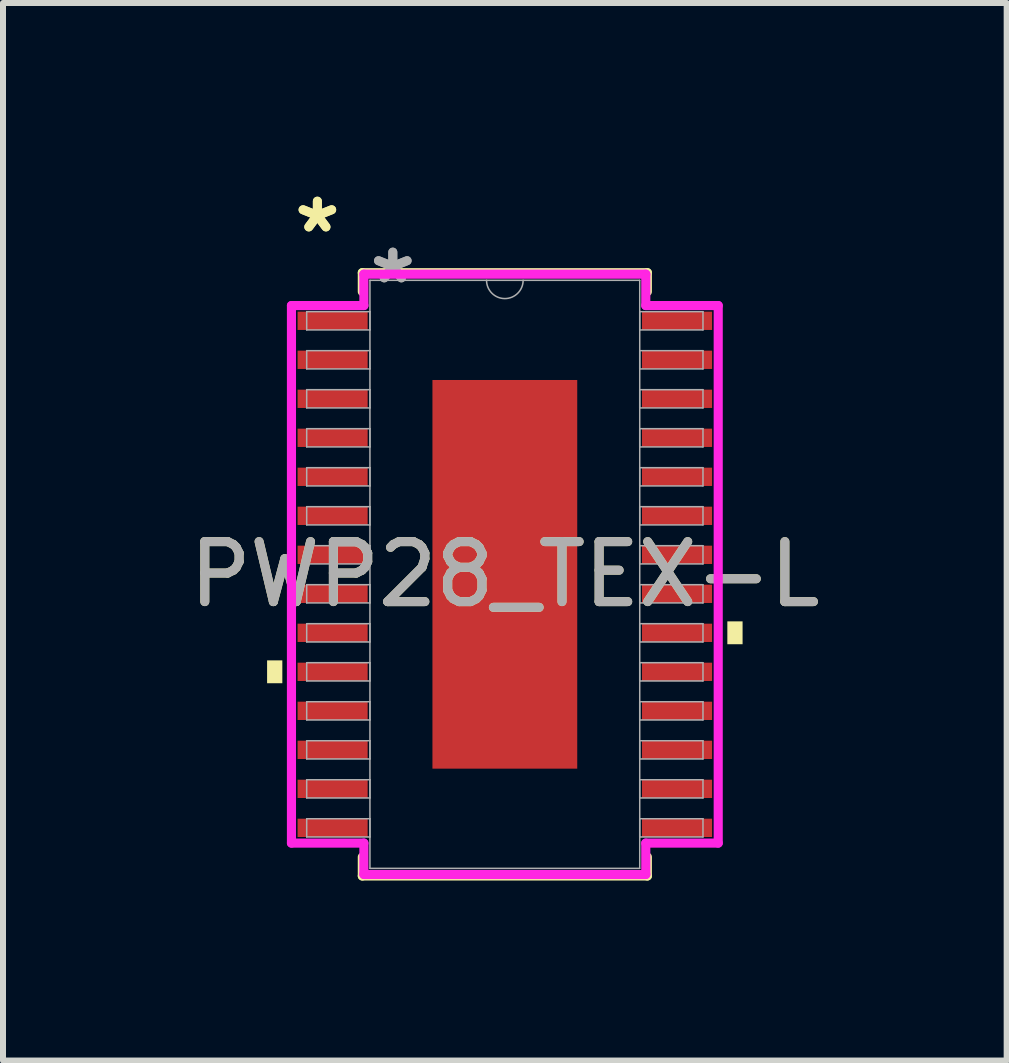
<source format=kicad_pcb>
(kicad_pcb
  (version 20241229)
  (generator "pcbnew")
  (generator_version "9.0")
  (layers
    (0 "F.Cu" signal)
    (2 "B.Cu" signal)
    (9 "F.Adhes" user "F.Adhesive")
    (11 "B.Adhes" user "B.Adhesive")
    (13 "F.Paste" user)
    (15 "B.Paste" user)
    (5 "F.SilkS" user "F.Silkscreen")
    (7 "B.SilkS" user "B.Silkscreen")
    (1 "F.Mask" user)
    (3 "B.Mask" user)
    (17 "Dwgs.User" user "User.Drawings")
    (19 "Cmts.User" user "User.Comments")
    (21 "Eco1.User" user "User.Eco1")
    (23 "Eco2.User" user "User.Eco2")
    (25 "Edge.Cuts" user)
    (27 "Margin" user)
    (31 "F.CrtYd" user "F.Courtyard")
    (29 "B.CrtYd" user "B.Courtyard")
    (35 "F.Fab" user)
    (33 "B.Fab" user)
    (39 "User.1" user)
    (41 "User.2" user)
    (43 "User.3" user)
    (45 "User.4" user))
  (footprint "PWP28_TEX-L"
    (layer "F.Cu")
    (at 5.363 6.521)
    (property "Reference" "PWP28_TEX-L" (at 0 0 0) (unlocked yes) (layer "F.SilkS") (effects (font (size 1 1) (thickness 0.15))))
    (attr smd)
    (fp_line (start -2.375 -5.027) (end -2.375 -4.71) (stroke (width 0.152) (type solid)) (layer "F.SilkS"))
    (fp_line (start -2.375 4.71) (end -2.375 5.027) (stroke (width 0.152) (type solid)) (layer "F.SilkS"))
    (fp_line (start -2.375 5.027) (end 2.375 5.027) (stroke (width 0.152) (type solid)) (layer "F.SilkS"))
    (fp_line (start 2.375 -5.027) (end -2.375 -5.027) (stroke (width 0.152) (type solid)) (layer "F.SilkS"))
    (fp_line (start 2.375 -4.71) (end 2.375 -5.027) (stroke (width 0.152) (type solid)) (layer "F.SilkS"))
    (fp_line (start 2.375 5.027) (end 2.375 4.71) (stroke (width 0.152) (type solid)) (layer "F.SilkS"))
    (fp_poly (pts (xy -3.962 1.434) (xy -3.962 1.815) (xy -3.708 1.815) (xy -3.708 1.434)) (stroke (width 0) (type solid)) (fill yes) (layer "F.SilkS"))
    (fp_poly (pts (xy 3.962 0.784) (xy 3.962 1.165) (xy 3.708 1.165) (xy 3.708 0.784)) (stroke (width 0) (type solid)) (fill yes) (layer "F.SilkS"))
    (fp_poly (pts (xy -1.107 -3.139) (xy -1.107 -2.043) (xy 1.107 -2.043) (xy 1.107 -3.139)) (stroke (width 0) (type solid)) (fill yes) (layer "F.Paste"))
    (fp_poly (pts (xy -1.107 -1.843) (xy -1.107 -0.748) (xy 1.107 -0.748) (xy 1.107 -1.843)) (stroke (width 0) (type solid)) (fill yes) (layer "F.Paste"))
    (fp_poly (pts (xy -1.107 -0.548) (xy -1.107 0.548) (xy 1.107 0.548) (xy 1.107 -0.548)) (stroke (width 0) (type solid)) (fill yes) (layer "F.Paste"))
    (fp_poly (pts (xy -1.107 0.748) (xy -1.107 1.843) (xy 1.107 1.843) (xy 1.107 0.748)) (stroke (width 0) (type solid)) (fill yes) (layer "F.Paste"))
    (fp_poly (pts (xy -1.107 2.043) (xy -1.107 3.139) (xy 1.107 3.139) (xy 1.107 2.043)) (stroke (width 0) (type solid)) (fill yes) (layer "F.Paste"))
    (fp_line (start -3.556 -4.479) (end -2.349 -4.479) (stroke (width 0.152) (type solid)) (layer "F.CrtYd"))
    (fp_line (start -3.556 4.479) (end -3.556 -4.479) (stroke (width 0.152) (type solid)) (layer "F.CrtYd"))
    (fp_line (start -3.556 4.479) (end -2.349 4.479) (stroke (width 0.152) (type solid)) (layer "F.CrtYd"))
    (fp_line (start -2.349 -5.002) (end 2.349 -5.002) (stroke (width 0.152) (type solid)) (layer "F.CrtYd"))
    (fp_line (start -2.349 -4.479) (end -2.349 -5.002) (stroke (width 0.152) (type solid)) (layer "F.CrtYd"))
    (fp_line (start -2.349 5.002) (end -2.349 4.479) (stroke (width 0.152) (type solid)) (layer "F.CrtYd"))
    (fp_line (start 2.349 -5.002) (end 2.349 -4.479) (stroke (width 0.152) (type solid)) (layer "F.CrtYd"))
    (fp_line (start 2.349 4.479) (end 2.349 5.002) (stroke (width 0.152) (type solid)) (layer "F.CrtYd"))
    (fp_line (start 2.349 5.002) (end -2.349 5.002) (stroke (width 0.152) (type solid)) (layer "F.CrtYd"))
    (fp_line (start 3.556 -4.479) (end 2.349 -4.479) (stroke (width 0.152) (type solid)) (layer "F.CrtYd"))
    (fp_line (start 3.556 -4.479) (end 3.556 4.479) (stroke (width 0.152) (type solid)) (layer "F.CrtYd"))
    (fp_line (start 3.556 4.479) (end 2.349 4.479) (stroke (width 0.152) (type solid)) (layer "F.CrtYd"))
    (fp_line (start -3.302 -4.377) (end -3.302 -4.073) (stroke (width 0.025) (type solid)) (layer "F.Fab"))
    (fp_line (start -3.302 -4.073) (end -2.248 -4.073) (stroke (width 0.025) (type solid)) (layer "F.Fab"))
    (fp_line (start -3.302 -3.727) (end -3.302 -3.423) (stroke (width 0.025) (type solid)) (layer "F.Fab"))
    (fp_line (start -3.302 -3.423) (end -2.248 -3.423) (stroke (width 0.025) (type solid)) (layer "F.Fab"))
    (fp_line (start -3.302 -3.077) (end -3.302 -2.773) (stroke (width 0.025) (type solid)) (layer "F.Fab"))
    (fp_line (start -3.302 -2.773) (end -2.248 -2.773) (stroke (width 0.025) (type solid)) (layer "F.Fab"))
    (fp_line (start -3.302 -2.427) (end -3.302 -2.123) (stroke (width 0.025) (type solid)) (layer "F.Fab"))
    (fp_line (start -3.302 -2.123) (end -2.248 -2.123) (stroke (width 0.025) (type solid)) (layer "F.Fab"))
    (fp_line (start -3.302 -1.777) (end -3.302 -1.473) (stroke (width 0.025) (type solid)) (layer "F.Fab"))
    (fp_line (start -3.302 -1.473) (end -2.248 -1.473) (stroke (width 0.025) (type solid)) (layer "F.Fab"))
    (fp_line (start -3.302 -1.127) (end -3.302 -0.823) (stroke (width 0.025) (type solid)) (layer "F.Fab"))
    (fp_line (start -3.302 -0.823) (end -2.248 -0.823) (stroke (width 0.025) (type solid)) (layer "F.Fab"))
    (fp_line (start -3.302 -0.477) (end -3.302 -0.173) (stroke (width 0.025) (type solid)) (layer "F.Fab"))
    (fp_line (start -3.302 -0.173) (end -2.248 -0.173) (stroke (width 0.025) (type solid)) (layer "F.Fab"))
    (fp_line (start -3.302 0.173) (end -3.302 0.477) (stroke (width 0.025) (type solid)) (layer "F.Fab"))
    (fp_line (start -3.302 0.477) (end -2.248 0.477) (stroke (width 0.025) (type solid)) (layer "F.Fab"))
    (fp_line (start -3.302 0.823) (end -3.302 1.127) (stroke (width 0.025) (type solid)) (layer "F.Fab"))
    (fp_line (start -3.302 1.127) (end -2.248 1.127) (stroke (width 0.025) (type solid)) (layer "F.Fab"))
    (fp_line (start -3.302 1.473) (end -3.302 1.777) (stroke (width 0.025) (type solid)) (layer "F.Fab"))
    (fp_line (start -3.302 1.777) (end -2.248 1.777) (stroke (width 0.025) (type solid)) (layer "F.Fab"))
    (fp_line (start -3.302 2.123) (end -3.302 2.427) (stroke (width 0.025) (type solid)) (layer "F.Fab"))
    (fp_line (start -3.302 2.427) (end -2.248 2.427) (stroke (width 0.025) (type solid)) (layer "F.Fab"))
    (fp_line (start -3.302 2.773) (end -3.302 3.077) (stroke (width 0.025) (type solid)) (layer "F.Fab"))
    (fp_line (start -3.302 3.077) (end -2.248 3.077) (stroke (width 0.025) (type solid)) (layer "F.Fab"))
    (fp_line (start -3.302 3.423) (end -3.302 3.727) (stroke (width 0.025) (type solid)) (layer "F.Fab"))
    (fp_line (start -3.302 3.727) (end -2.248 3.727) (stroke (width 0.025) (type solid)) (layer "F.Fab"))
    (fp_line (start -3.302 4.073) (end -3.302 4.377) (stroke (width 0.025) (type solid)) (layer "F.Fab"))
    (fp_line (start -3.302 4.377) (end -2.248 4.377) (stroke (width 0.025) (type solid)) (layer "F.Fab"))
    (fp_line (start -2.248 -4.9) (end -2.248 4.9) (stroke (width 0.025) (type solid)) (layer "F.Fab"))
    (fp_line (start -2.248 -4.377) (end -3.302 -4.377) (stroke (width 0.025) (type solid)) (layer "F.Fab"))
    (fp_line (start -2.248 -4.073) (end -2.248 -4.377) (stroke (width 0.025) (type solid)) (layer "F.Fab"))
    (fp_line (start -2.248 -3.727) (end -3.302 -3.727) (stroke (width 0.025) (type solid)) (layer "F.Fab"))
    (fp_line (start -2.248 -3.423) (end -2.248 -3.727) (stroke (width 0.025) (type solid)) (layer "F.Fab"))
    (fp_line (start -2.248 -3.077) (end -3.302 -3.077) (stroke (width 0.025) (type solid)) (layer "F.Fab"))
    (fp_line (start -2.248 -2.773) (end -2.248 -3.077) (stroke (width 0.025) (type solid)) (layer "F.Fab"))
    (fp_line (start -2.248 -2.427) (end -3.302 -2.427) (stroke (width 0.025) (type solid)) (layer "F.Fab"))
    (fp_line (start -2.248 -2.123) (end -2.248 -2.427) (stroke (width 0.025) (type solid)) (layer "F.Fab"))
    (fp_line (start -2.248 -1.777) (end -3.302 -1.777) (stroke (width 0.025) (type solid)) (layer "F.Fab"))
    (fp_line (start -2.248 -1.473) (end -2.248 -1.777) (stroke (width 0.025) (type solid)) (layer "F.Fab"))
    (fp_line (start -2.248 -1.127) (end -3.302 -1.127) (stroke (width 0.025) (type solid)) (layer "F.Fab"))
    (fp_line (start -2.248 -0.823) (end -2.248 -1.127) (stroke (width 0.025) (type solid)) (layer "F.Fab"))
    (fp_line (start -2.248 -0.477) (end -3.302 -0.477) (stroke (width 0.025) (type solid)) (layer "F.Fab"))
    (fp_line (start -2.248 -0.173) (end -2.248 -0.477) (stroke (width 0.025) (type solid)) (layer "F.Fab"))
    (fp_line (start -2.248 0.173) (end -3.302 0.173) (stroke (width 0.025) (type solid)) (layer "F.Fab"))
    (fp_line (start -2.248 0.477) (end -2.248 0.173) (stroke (width 0.025) (type solid)) (layer "F.Fab"))
    (fp_line (start -2.248 0.823) (end -3.302 0.823) (stroke (width 0.025) (type solid)) (layer "F.Fab"))
    (fp_line (start -2.248 1.127) (end -2.248 0.823) (stroke (width 0.025) (type solid)) (layer "F.Fab"))
    (fp_line (start -2.248 1.473) (end -3.302 1.473) (stroke (width 0.025) (type solid)) (layer "F.Fab"))
    (fp_line (start -2.248 1.777) (end -2.248 1.473) (stroke (width 0.025) (type solid)) (layer "F.Fab"))
    (fp_line (start -2.248 2.123) (end -3.302 2.123) (stroke (width 0.025) (type solid)) (layer "F.Fab"))
    (fp_line (start -2.248 2.427) (end -2.248 2.123) (stroke (width 0.025) (type solid)) (layer "F.Fab"))
    (fp_line (start -2.248 2.773) (end -3.302 2.773) (stroke (width 0.025) (type solid)) (layer "F.Fab"))
    (fp_line (start -2.248 3.077) (end -2.248 2.773) (stroke (width 0.025) (type solid)) (layer "F.Fab"))
    (fp_line (start -2.248 3.423) (end -3.302 3.423) (stroke (width 0.025) (type solid)) (layer "F.Fab"))
    (fp_line (start -2.248 3.727) (end -2.248 3.423) (stroke (width 0.025) (type solid)) (layer "F.Fab"))
    (fp_line (start -2.248 4.073) (end -3.302 4.073) (stroke (width 0.025) (type solid)) (layer "F.Fab"))
    (fp_line (start -2.248 4.377) (end -2.248 4.073) (stroke (width 0.025) (type solid)) (layer "F.Fab"))
    (fp_line (start -2.248 4.9) (end 2.248 4.9) (stroke (width 0.025) (type solid)) (layer "F.Fab"))
    (fp_line (start 2.248 -4.9) (end -2.248 -4.9) (stroke (width 0.025) (type solid)) (layer "F.Fab"))
    (fp_line (start 2.248 -4.377) (end 2.248 -4.073) (stroke (width 0.025) (type solid)) (layer "F.Fab"))
    (fp_line (start 2.248 -4.073) (end 3.302 -4.073) (stroke (width 0.025) (type solid)) (layer "F.Fab"))
    (fp_line (start 2.248 -3.727) (end 2.248 -3.423) (stroke (width 0.025) (type solid)) (layer "F.Fab"))
    (fp_line (start 2.248 -3.423) (end 3.302 -3.423) (stroke (width 0.025) (type solid)) (layer "F.Fab"))
    (fp_line (start 2.248 -3.077) (end 2.248 -2.773) (stroke (width 0.025) (type solid)) (layer "F.Fab"))
    (fp_line (start 2.248 -2.773) (end 3.302 -2.773) (stroke (width 0.025) (type solid)) (layer "F.Fab"))
    (fp_line (start 2.248 -2.427) (end 2.248 -2.123) (stroke (width 0.025) (type solid)) (layer "F.Fab"))
    (fp_line (start 2.248 -2.123) (end 3.302 -2.123) (stroke (width 0.025) (type solid)) (layer "F.Fab"))
    (fp_line (start 2.248 -1.777) (end 2.248 -1.473) (stroke (width 0.025) (type solid)) (layer "F.Fab"))
    (fp_line (start 2.248 -1.473) (end 3.302 -1.473) (stroke (width 0.025) (type solid)) (layer "F.Fab"))
    (fp_line (start 2.248 -1.127) (end 2.248 -0.823) (stroke (width 0.025) (type solid)) (layer "F.Fab"))
    (fp_line (start 2.248 -0.823) (end 3.302 -0.823) (stroke (width 0.025) (type solid)) (layer "F.Fab"))
    (fp_line (start 2.248 -0.477) (end 2.248 -0.173) (stroke (width 0.025) (type solid)) (layer "F.Fab"))
    (fp_line (start 2.248 -0.173) (end 3.302 -0.173) (stroke (width 0.025) (type solid)) (layer "F.Fab"))
    (fp_line (start 2.248 0.173) (end 2.248 0.477) (stroke (width 0.025) (type solid)) (layer "F.Fab"))
    (fp_line (start 2.248 0.477) (end 3.302 0.477) (stroke (width 0.025) (type solid)) (layer "F.Fab"))
    (fp_line (start 2.248 0.823) (end 2.248 1.127) (stroke (width 0.025) (type solid)) (layer "F.Fab"))
    (fp_line (start 2.248 1.127) (end 3.302 1.127) (stroke (width 0.025) (type solid)) (layer "F.Fab"))
    (fp_line (start 2.248 1.473) (end 2.248 1.777) (stroke (width 0.025) (type solid)) (layer "F.Fab"))
    (fp_line (start 2.248 1.777) (end 3.302 1.777) (stroke (width 0.025) (type solid)) (layer "F.Fab"))
    (fp_line (start 2.248 2.123) (end 2.248 2.427) (stroke (width 0.025) (type solid)) (layer "F.Fab"))
    (fp_line (start 2.248 2.427) (end 3.302 2.427) (stroke (width 0.025) (type solid)) (layer "F.Fab"))
    (fp_line (start 2.248 2.773) (end 2.248 3.077) (stroke (width 0.025) (type solid)) (layer "F.Fab"))
    (fp_line (start 2.248 3.077) (end 3.302 3.077) (stroke (width 0.025) (type solid)) (layer "F.Fab"))
    (fp_line (start 2.248 3.423) (end 2.248 3.727) (stroke (width 0.025) (type solid)) (layer "F.Fab"))
    (fp_line (start 2.248 3.727) (end 3.302 3.727) (stroke (width 0.025) (type solid)) (layer "F.Fab"))
    (fp_line (start 2.248 4.073) (end 2.248 4.377) (stroke (width 0.025) (type solid)) (layer "F.Fab"))
    (fp_line (start 2.248 4.377) (end 3.302 4.377) (stroke (width 0.025) (type solid)) (layer "F.Fab"))
    (fp_line (start 2.248 4.9) (end 2.248 -4.9) (stroke (width 0.025) (type solid)) (layer "F.Fab"))
    (fp_line (start 3.302 -4.377) (end 2.248 -4.377) (stroke (width 0.025) (type solid)) (layer "F.Fab"))
    (fp_line (start 3.302 -4.073) (end 3.302 -4.377) (stroke (width 0.025) (type solid)) (layer "F.Fab"))
    (fp_line (start 3.302 -3.727) (end 2.248 -3.727) (stroke (width 0.025) (type solid)) (layer "F.Fab"))
    (fp_line (start 3.302 -3.423) (end 3.302 -3.727) (stroke (width 0.025) (type solid)) (layer "F.Fab"))
    (fp_line (start 3.302 -3.077) (end 2.248 -3.077) (stroke (width 0.025) (type solid)) (layer "F.Fab"))
    (fp_line (start 3.302 -2.773) (end 3.302 -3.077) (stroke (width 0.025) (type solid)) (layer "F.Fab"))
    (fp_line (start 3.302 -2.427) (end 2.248 -2.427) (stroke (width 0.025) (type solid)) (layer "F.Fab"))
    (fp_line (start 3.302 -2.123) (end 3.302 -2.427) (stroke (width 0.025) (type solid)) (layer "F.Fab"))
    (fp_line (start 3.302 -1.777) (end 2.248 -1.777) (stroke (width 0.025) (type solid)) (layer "F.Fab"))
    (fp_line (start 3.302 -1.473) (end 3.302 -1.777) (stroke (width 0.025) (type solid)) (layer "F.Fab"))
    (fp_line (start 3.302 -1.127) (end 2.248 -1.127) (stroke (width 0.025) (type solid)) (layer "F.Fab"))
    (fp_line (start 3.302 -0.823) (end 3.302 -1.127) (stroke (width 0.025) (type solid)) (layer "F.Fab"))
    (fp_line (start 3.302 -0.477) (end 2.248 -0.477) (stroke (width 0.025) (type solid)) (layer "F.Fab"))
    (fp_line (start 3.302 -0.173) (end 3.302 -0.477) (stroke (width 0.025) (type solid)) (layer "F.Fab"))
    (fp_line (start 3.302 0.173) (end 2.248 0.173) (stroke (width 0.025) (type solid)) (layer "F.Fab"))
    (fp_line (start 3.302 0.477) (end 3.302 0.173) (stroke (width 0.025) (type solid)) (layer "F.Fab"))
    (fp_line (start 3.302 0.823) (end 2.248 0.823) (stroke (width 0.025) (type solid)) (layer "F.Fab"))
    (fp_line (start 3.302 1.127) (end 3.302 0.823) (stroke (width 0.025) (type solid)) (layer "F.Fab"))
    (fp_line (start 3.302 1.473) (end 2.248 1.473) (stroke (width 0.025) (type solid)) (layer "F.Fab"))
    (fp_line (start 3.302 1.777) (end 3.302 1.473) (stroke (width 0.025) (type solid)) (layer "F.Fab"))
    (fp_line (start 3.302 2.123) (end 2.248 2.123) (stroke (width 0.025) (type solid)) (layer "F.Fab"))
    (fp_line (start 3.302 2.427) (end 3.302 2.123) (stroke (width 0.025) (type solid)) (layer "F.Fab"))
    (fp_line (start 3.302 2.773) (end 2.248 2.773) (stroke (width 0.025) (type solid)) (layer "F.Fab"))
    (fp_line (start 3.302 3.077) (end 3.302 2.773) (stroke (width 0.025) (type solid)) (layer "F.Fab"))
    (fp_line (start 3.302 3.423) (end 2.248 3.423) (stroke (width 0.025) (type solid)) (layer "F.Fab"))
    (fp_line (start 3.302 3.727) (end 3.302 3.423) (stroke (width 0.025) (type solid)) (layer "F.Fab"))
    (fp_line (start 3.302 4.073) (end 2.248 4.073) (stroke (width 0.025) (type solid)) (layer "F.Fab"))
    (fp_line (start 3.302 4.377) (end 3.302 4.073) (stroke (width 0.025) (type solid)) (layer "F.Fab"))
    (fp_arc (start 0.3048 -4.900001) (mid 0 -4.595201) (end -0.3048 -4.900001) (stroke (width 0.0254) (type solid)) (layer "F.Fab"))
    (fp_text user "*" (at -3.124 -5.673 0) (layer "F.SilkS") (effects (font (size 1 1) (thickness 0.15))))
    (fp_text user "*" (at -3.124 -5.673 0) (unlocked yes) (layer "F.SilkS") (effects (font (size 1 1) (thickness 0.15))))
    (fp_text user "${REFERENCE}" (at 0 0 0) (unlocked yes) (layer "F.Fab") (effects (font (size 1 1) (thickness 0.15))))
    (fp_text user "*" (at -1.867 -4.824 0) (layer "F.Fab") (effects (font (size 1 1) (thickness 0.15))))
    (fp_text user "*" (at -1.867 -4.824 0) (unlocked yes) (layer "F.Fab") (effects (font (size 1 1) (thickness 0.15))))
    (pad "1" smd rect (at -2.87 -4.225) (size 1.168 0.305) (layers "F.Cu" "F.Mask" "F.Paste"))
    (pad "2" smd rect (at -2.87 -3.575) (size 1.168 0.305) (layers "F.Cu" "F.Mask" "F.Paste"))
    (pad "3" smd rect (at -2.87 -2.925) (size 1.168 0.305) (layers "F.Cu" "F.Mask" "F.Paste"))
    (pad "4" smd rect (at -2.87 -2.275) (size 1.168 0.305) (layers "F.Cu" "F.Mask" "F.Paste"))
    (pad "5" smd rect (at -2.87 -1.625) (size 1.168 0.305) (layers "F.Cu" "F.Mask" "F.Paste"))
    (pad "6" smd rect (at -2.87 -0.975) (size 1.168 0.305) (layers "F.Cu" "F.Mask" "F.Paste"))
    (pad "7" smd rect (at -2.87 -0.325) (size 1.168 0.305) (layers "F.Cu" "F.Mask" "F.Paste"))
    (pad "8" smd rect (at -2.87 0.325) (size 1.168 0.305) (layers "F.Cu" "F.Mask" "F.Paste"))
    (pad "9" smd rect (at -2.87 0.975) (size 1.168 0.305) (layers "F.Cu" "F.Mask" "F.Paste"))
    (pad "10" smd rect (at -2.87 1.625) (size 1.168 0.305) (layers "F.Cu" "F.Mask" "F.Paste"))
    (pad "11" smd rect (at -2.87 2.275) (size 1.168 0.305) (layers "F.Cu" "F.Mask" "F.Paste"))
    (pad "12" smd rect (at -2.87 2.925) (size 1.168 0.305) (layers "F.Cu" "F.Mask" "F.Paste"))
    (pad "13" smd rect (at -2.87 3.575) (size 1.168 0.305) (layers "F.Cu" "F.Mask" "F.Paste"))
    (pad "14" smd rect (at -2.87 4.225) (size 1.168 0.305) (layers "F.Cu" "F.Mask" "F.Paste"))
    (pad "15" smd rect (at 2.87 4.225) (size 1.168 0.305) (layers "F.Cu" "F.Mask" "F.Paste"))
    (pad "16" smd rect (at 2.87 3.575) (size 1.168 0.305) (layers "F.Cu" "F.Mask" "F.Paste"))
    (pad "17" smd rect (at 2.87 2.925) (size 1.168 0.305) (layers "F.Cu" "F.Mask" "F.Paste"))
    (pad "18" smd rect (at 2.87 2.275) (size 1.168 0.305) (layers "F.Cu" "F.Mask" "F.Paste"))
    (pad "19" smd rect (at 2.87 1.625) (size 1.168 0.305) (layers "F.Cu" "F.Mask" "F.Paste"))
    (pad "20" smd rect (at 2.87 0.975) (size 1.168 0.305) (layers "F.Cu" "F.Mask" "F.Paste"))
    (pad "21" smd rect (at 2.87 0.325) (size 1.168 0.305) (layers "F.Cu" "F.Mask" "F.Paste"))
    (pad "22" smd rect (at 2.87 -0.325) (size 1.168 0.305) (layers "F.Cu" "F.Mask" "F.Paste"))
    (pad "23" smd rect (at 2.87 -0.975) (size 1.168 0.305) (layers "F.Cu" "F.Mask" "F.Paste"))
    (pad "24" smd rect (at 2.87 -1.625) (size 1.168 0.305) (layers "F.Cu" "F.Mask" "F.Paste"))
    (pad "25" smd rect (at 2.87 -2.275) (size 1.168 0.305) (layers "F.Cu" "F.Mask" "F.Paste"))
    (pad "26" smd rect (at 2.87 -2.925) (size 1.168 0.305) (layers "F.Cu" "F.Mask" "F.Paste"))
    (pad "27" smd rect (at 2.87 -3.575) (size 1.168 0.305) (layers "F.Cu" "F.Mask" "F.Paste"))
    (pad "28" smd rect (at 2.87 -4.225) (size 1.168 0.305) (layers "F.Cu" "F.Mask" "F.Paste"))
    (pad "EPAD" smd rect (at 0 0) (size 2.413 6.477) (layers "F.Cu" "F.Mask")))
  (gr_rect
    (start -3 -3)
    (end 13.726 14.624)
    (stroke (width 0.1) (type default))
    (fill no)
    (layer "Edge.Cuts")))
</source>
